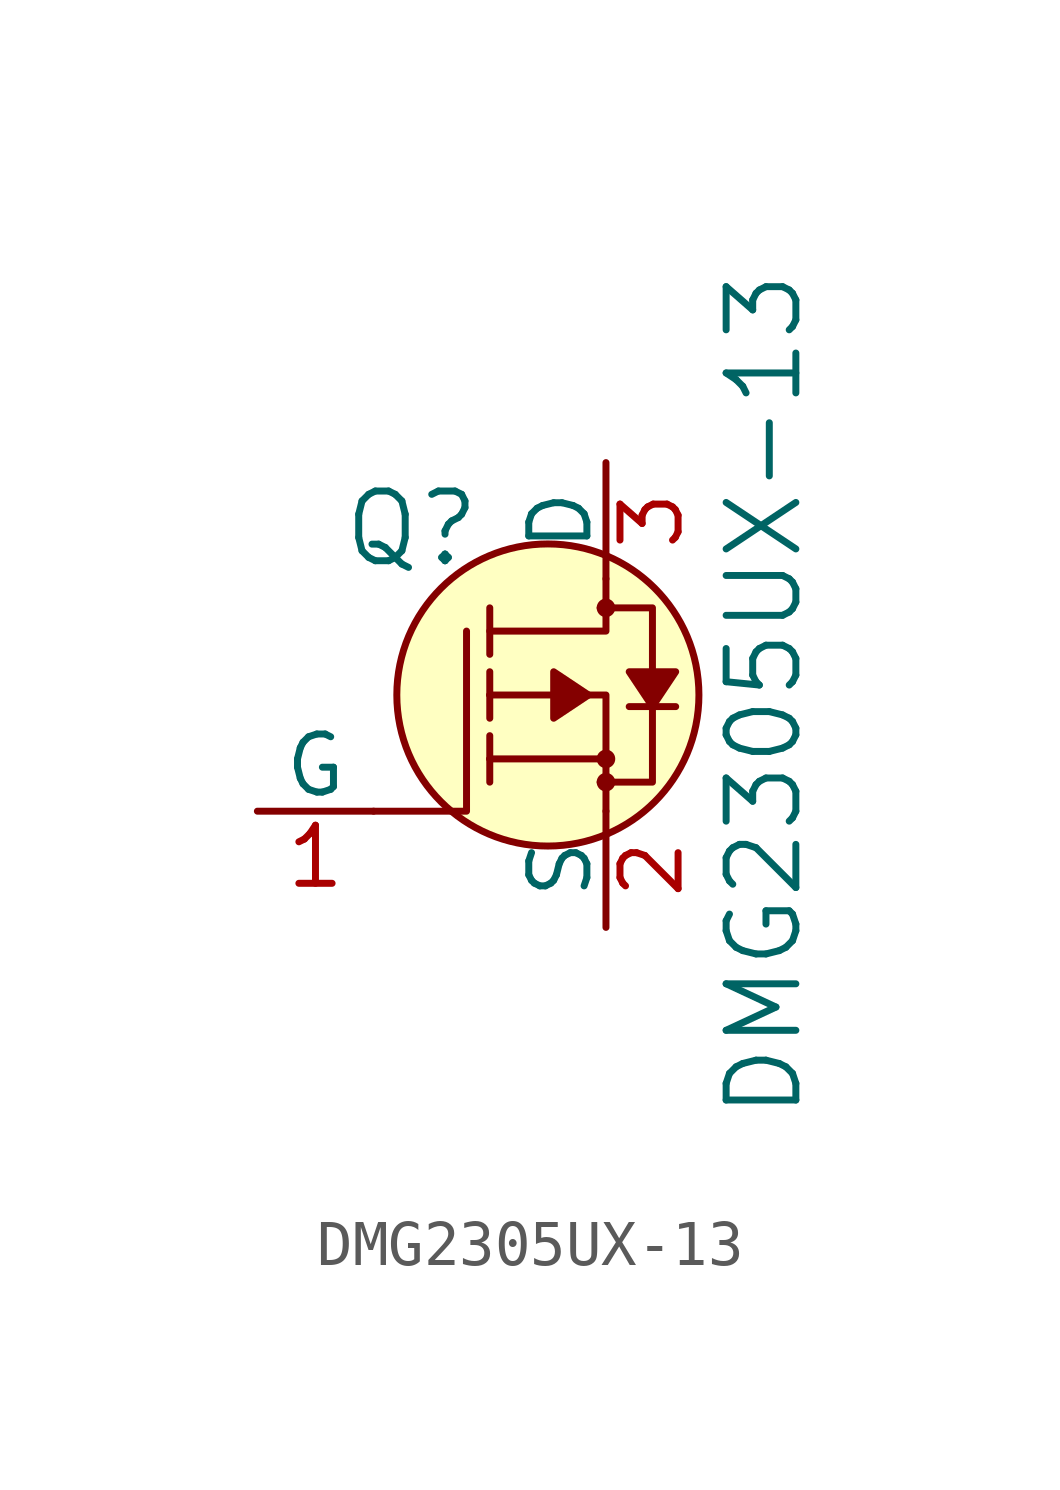
<source format=kicad_sym>
(kicad_symbol_lib
  (version 20220914)
  (generator kicad_symbol_editor)
  (symbol "DMG2305UX-13"
    (pin_names
      (offset 0))
    (property "Reference" "Q"
      (at -2.692 3.632 0)
      (effects (font (size 1.524 1.524)) (justify right)))
    (property "Value" "DMG2305UX-13"
      (at 3.454 0 90)
      (effects (font (size 1.524 1.524))))
    (symbol "DMG2305UX-13_0_1"
      (circle (center -1.27 0) (radius 3.302) (stroke (width 0) (type solid)) (fill (type background)))
      (circle (center 0 -1.905) (radius 0.127) (stroke (width 0) (type solid)) (fill (type none)))
      (circle (center 0 -1.397) (radius 0.127) (stroke (width 0) (type solid)) (fill (type none)))
      (polyline (pts (xy 0 -1.397) (xy -2.54 -1.397)) (stroke (width 0) (type solid)) (fill (type none)))
      (polyline (pts (xy -5.08 -2.54) (xy -3.048 -2.54) (xy -3.048 1.397)) (stroke (width 0) (type solid)) (fill (type none)))
      (polyline (pts (xy 0 -2.54) (xy 0 0) (xy -2.54 0)) (stroke (width 0) (type solid)) (fill (type none)))
      (polyline (pts (xy 0 2.54) (xy 0 1.397) (xy -2.54 1.397)) (stroke (width 0) (type solid)) (fill (type none)))
      (polyline (pts (xy -0.127 -1.905) (xy 1.016 -1.905) (xy 1.016 1.397) (xy 1.016 1.905) (xy -0.127 1.905)) (stroke (width 0) (type solid)) (fill (type none)))
      (circle (center 0 1.905) (radius 0.127) (stroke (width 0) (type solid)) (fill (type none))))
    (symbol "DMG2305UX-13_1_1"
      (polyline (pts (xy -2.54 -1.397) (xy -2.54 -1.905)) (stroke (width 0) (type solid)) (fill (type none)))
      (polyline (pts (xy -2.54 -1.397) (xy -2.54 -0.889)) (stroke (width 0) (type solid)) (fill (type none)))
      (polyline (pts (xy -2.54 0) (xy -2.54 -0.508)) (stroke (width 0) (type solid)) (fill (type none)))
      (polyline (pts (xy -2.54 0) (xy -2.54 0.508)) (stroke (width 0) (type solid)) (fill (type none)))
      (polyline (pts (xy -2.54 1.905) (xy -2.54 0.889)) (stroke (width 0) (type solid)) (fill (type none)))
      (polyline (pts (xy 1.524 -0.254) (xy 0.508 -0.254)) (stroke (width 0) (type solid)) (fill (type none)))
      (polyline (pts (xy -0.381 0) (xy -1.143 0.508) (xy -1.143 -0.508) (xy -0.381 0)) (stroke (width 0) (type solid)) (fill (type outline)))
      (polyline (pts (xy 1.016 -0.254) (xy 1.524 0.508) (xy 0.508 0.508) (xy 1.016 -0.254)) (stroke (width 0) (type solid)) (fill (type outline)))
      (pin bidirectional line (at -7.62 -2.54 0) (length 2.54) (name "G" (effects (font (size 1.27 1.27)))) (number "1" (effects (font (size 1.27 1.27)))))
      (pin bidirectional line (at 0 -5.08 90) (length 2.54) (name "S" (effects (font (size 1.27 1.27)))) (number "2" (effects (font (size 1.27 1.27)))))
      (pin bidirectional line (at 0 5.08 270) (length 2.54) (name "D" (effects (font (size 1.27 1.27)))) (number "3" (effects (font (size 1.27 1.27))))))))
</source>
